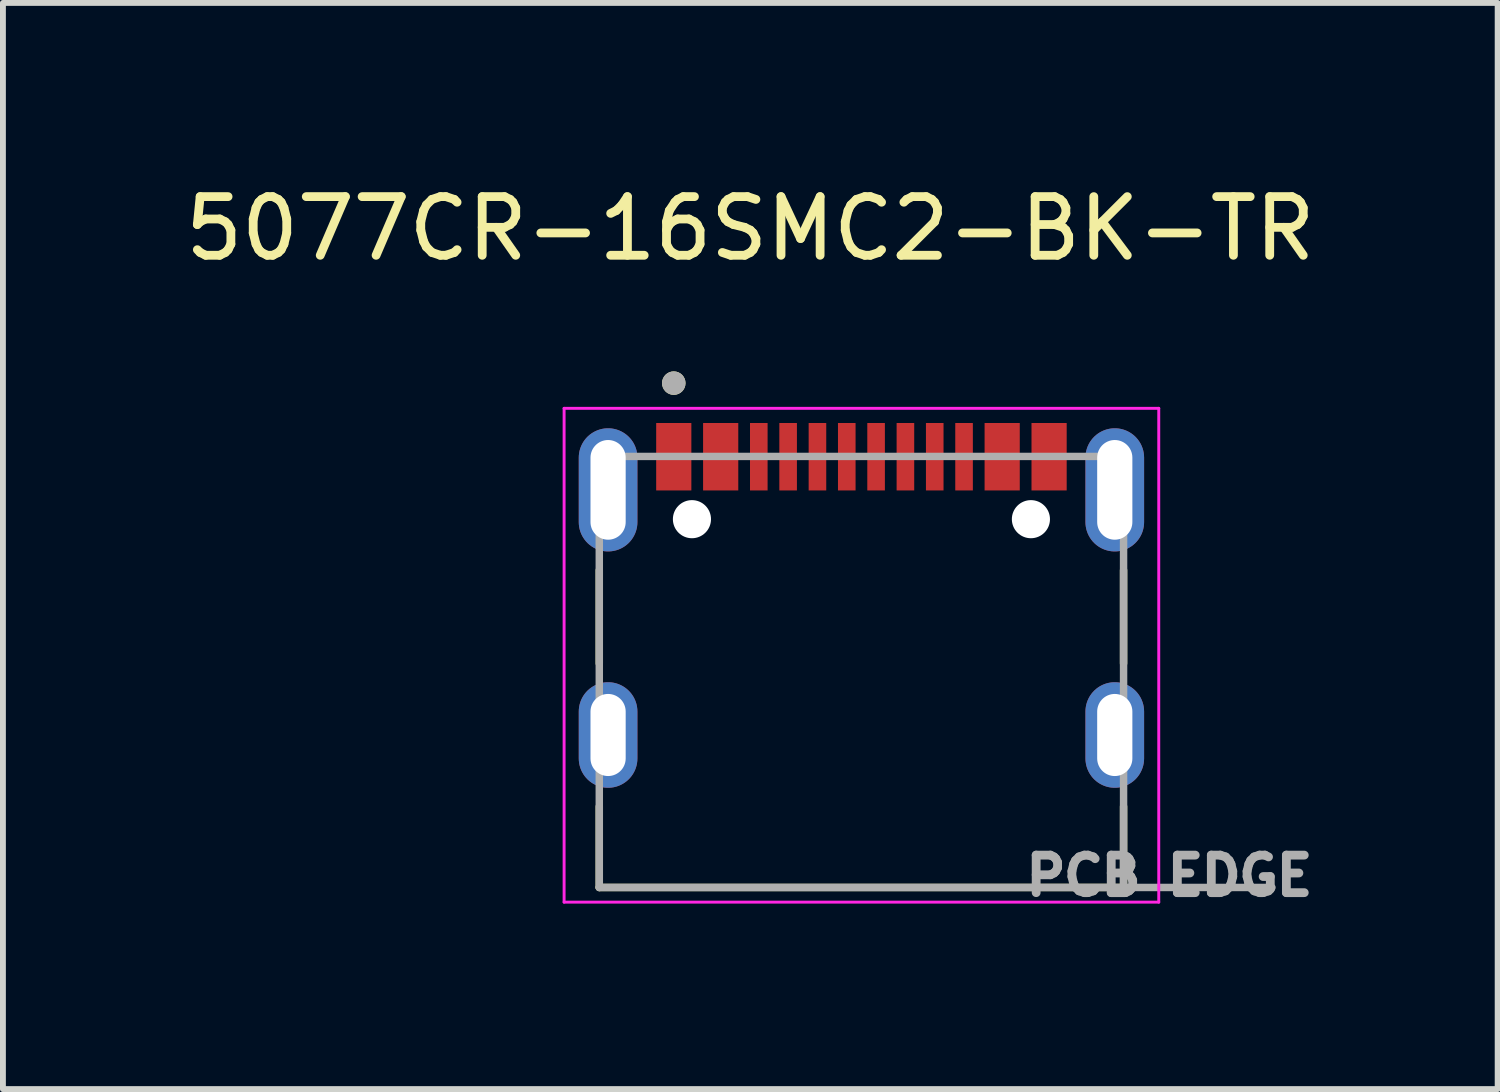
<source format=kicad_pcb>
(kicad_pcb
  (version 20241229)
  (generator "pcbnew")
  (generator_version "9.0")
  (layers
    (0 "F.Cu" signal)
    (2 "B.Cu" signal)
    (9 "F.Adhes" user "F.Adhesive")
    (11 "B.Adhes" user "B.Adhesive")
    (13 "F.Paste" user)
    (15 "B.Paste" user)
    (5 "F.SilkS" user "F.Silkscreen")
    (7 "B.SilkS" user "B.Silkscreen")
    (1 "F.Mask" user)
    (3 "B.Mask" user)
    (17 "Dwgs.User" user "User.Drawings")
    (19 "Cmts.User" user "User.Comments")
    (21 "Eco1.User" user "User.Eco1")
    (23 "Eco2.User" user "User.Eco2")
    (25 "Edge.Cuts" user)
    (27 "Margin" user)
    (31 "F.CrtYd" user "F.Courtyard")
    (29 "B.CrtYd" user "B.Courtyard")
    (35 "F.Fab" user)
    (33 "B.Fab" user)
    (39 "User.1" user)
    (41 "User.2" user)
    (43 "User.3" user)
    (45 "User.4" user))
  (footprint "5077CR-16SMC2-BK-TR"
    (layer "F.Cu")
    (at 11.639 5.803)
    (property "Reference" "5077CR-16SMC2-BK-TR" (at -1.895 -4.955 0) (layer "F.SilkS") (effects (font (size 1 1) (thickness 0.15))))
    (attr smd)
    (fp_line (start -4.47 2.46) (end -4.47 0.87) (stroke (width 0.127) (type solid)) (layer "F.SilkS"))
    (fp_line (start -4.47 6.28) (end -4.47 4.9) (stroke (width 0.127) (type solid)) (layer "F.SilkS"))
    (fp_line (start 4.47 2.46) (end 4.47 0.87) (stroke (width 0.127) (type solid)) (layer "F.SilkS"))
    (fp_line (start 4.47 6.28) (end -4.47 6.28) (stroke (width 0.127) (type solid)) (layer "F.SilkS"))
    (fp_line (start 4.47 6.28) (end 4.47 4.9) (stroke (width 0.127) (type solid)) (layer "F.SilkS"))
    (fp_circle (center -3.2 -2.32) (end -3.1 -2.32) (stroke (width 0.2) (type solid)) (fill no) (layer "F.SilkS"))
    (fp_line (start -5.07 -1.89) (end 5.07 -1.89) (stroke (width 0.05) (type solid)) (layer "F.CrtYd"))
    (fp_line (start -5.07 6.53) (end -5.07 -1.89) (stroke (width 0.05) (type solid)) (layer "F.CrtYd"))
    (fp_line (start 5.07 -1.89) (end 5.07 6.53) (stroke (width 0.05) (type solid)) (layer "F.CrtYd"))
    (fp_line (start 5.07 6.53) (end -5.07 6.53) (stroke (width 0.05) (type solid)) (layer "F.CrtYd"))
    (fp_line (start -4.47 -1.07) (end 4.47 -1.07) (stroke (width 0.127) (type solid)) (layer "F.Fab"))
    (fp_line (start -4.47 6.28) (end -4.47 -1.07) (stroke (width 0.127) (type solid)) (layer "F.Fab"))
    (fp_line (start -4.47 6.28) (end 4.47 6.28) (stroke (width 0.127) (type solid)) (layer "F.Fab"))
    (fp_line (start 4.47 -1.07) (end 4.47 6.28) (stroke (width 0.127) (type solid)) (layer "F.Fab"))
    (fp_line (start 4.47 6.28) (end 7 6.28) (stroke (width 0.127) (type solid)) (layer "F.Fab"))
    (fp_circle (center -3.2 -2.32) (end -3.1 -2.32) (stroke (width 0.2) (type solid)) (fill no) (layer "F.Fab"))
    (fp_text user "PCB EDGE" (at 5.25 6.08 0) (layer "F.Fab") (effects (font (size 0.64 0.64) (thickness 0.15))))
    (pad "" np_thru_hole circle (at -2.89 0) (size 0.65 0.65) (drill 0.65) (layers "*.Cu" "*.Mask"))
    (pad "" np_thru_hole circle (at 2.89 0) (size 0.65 0.65) (drill 0.65) (layers "*.Cu" "*.Mask"))
    (pad "A1_B12" smd rect (at -3.2 -1.065) (size 0.6 1.15) (layers "F.Cu" "F.Mask" "F.Paste"))
    (pad "A4_B9" smd rect (at -2.4 -1.065) (size 0.6 1.15) (layers "F.Cu" "F.Mask" "F.Paste"))
    (pad "A5" smd rect (at -1.25 -1.065) (size 0.3 1.15) (layers "F.Cu" "F.Mask" "F.Paste"))
    (pad "A6" smd rect (at -0.25 -1.065) (size 0.3 1.15) (layers "F.Cu" "F.Mask" "F.Paste"))
    (pad "A7" smd rect (at 0.25 -1.065) (size 0.3 1.15) (layers "F.Cu" "F.Mask" "F.Paste"))
    (pad "A8" smd rect (at 1.25 -1.065) (size 0.3 1.15) (layers "F.Cu" "F.Mask" "F.Paste"))
    (pad "B1_A12" smd rect (at 3.2 -1.065) (size 0.6 1.15) (layers "F.Cu" "F.Mask" "F.Paste"))
    (pad "B4_A9" smd rect (at 2.4 -1.065) (size 0.6 1.15) (layers "F.Cu" "F.Mask" "F.Paste"))
    (pad "B5" smd rect (at 1.75 -1.065) (size 0.3 1.15) (layers "F.Cu" "F.Mask" "F.Paste"))
    (pad "B6" smd rect (at 0.75 -1.065) (size 0.3 1.15) (layers "F.Cu" "F.Mask" "F.Paste"))
    (pad "B7" smd rect (at -0.75 -1.065) (size 0.3 1.15) (layers "F.Cu" "F.Mask" "F.Paste"))
    (pad "B8" smd rect (at -1.75 -1.065) (size 0.3 1.15) (layers "F.Cu" "F.Mask" "F.Paste"))
    (pad "S1" thru_hole oval (at -4.32 3.68) (size 1 1.8) (drill oval 0.6 1.4) (layers "*.Cu" "*.Mask"))
    (pad "S2" thru_hole oval (at 4.32 3.68) (size 1 1.8) (drill oval 0.6 1.4) (layers "*.Cu" "*.Mask"))
    (pad "S3" thru_hole oval (at -4.32 -0.5) (size 1 2.1) (drill oval 0.6 1.7) (layers "*.Cu" "*.Mask"))
    (pad "S4" thru_hole oval (at 4.32 -0.5) (size 1 2.1) (drill oval 0.6 1.7) (layers "*.Cu" "*.Mask")))
  (gr_rect
    (start -3 -3)
    (end 22.488 15.521)
    (stroke (width 0.1) (type default))
    (fill no)
    (layer "Edge.Cuts")))
</source>
